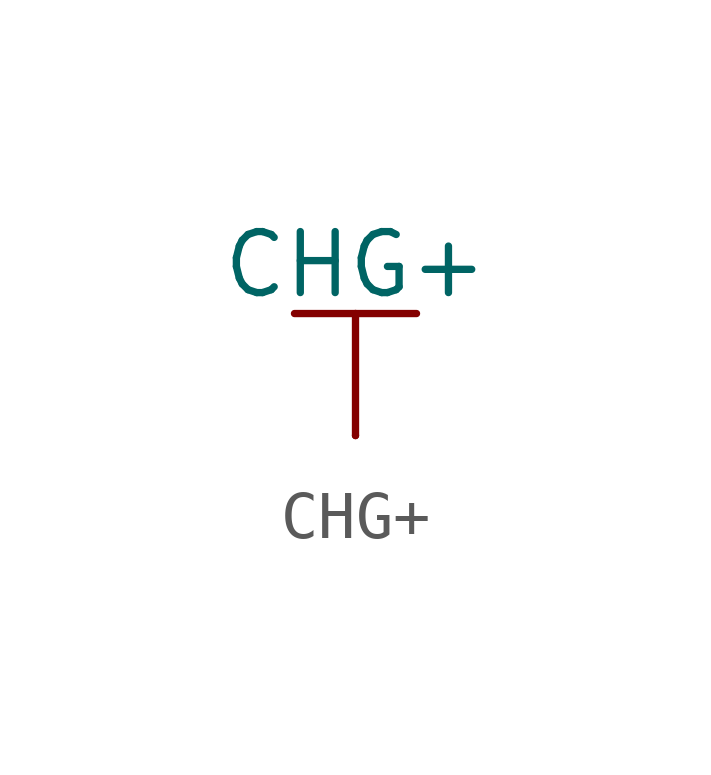
<source format=kicad_sym>
(kicad_symbol_lib
  (version 20241209)
  (generator "kicad_symbol_editor")
  (generator_version "9.0")
  (symbol "CHG+"
    (power)
    (pin_numbers
      (hide yes))
    (pin_names
      (offset 0)
      (hide yes))
    (property "Reference" "#PWR"
      (at 0 0 0)
      (effects (font (size 1.27 1.27)) (hide yes)))
    (property "Value" "CHG+"
      (at 0 3.556 0)
      (do_not_autoplace)
      (effects (font (size 1.27 1.27))))
    (symbol "CHG+_0_1"
      (polyline (pts (xy -1.27 2.54) (xy 0 2.54)) (stroke (width 0) (type default)) (fill (type none)))
      (polyline (pts (xy 0 2.54) (xy 1.27 2.54)) (stroke (width 0) (type default)) (fill (type none)))
      (polyline (pts (xy 0 0) (xy 0 2.54)) (stroke (width 0) (type default)) (fill (type none))))
    (symbol "CHG+_1_1"
      (pin power_in line (at 0 0 90) (length 0) (name "~" (effects (font (size 1.27 1.27)))) (number "1" (effects (font (size 1.27 1.27))))))))
</source>
